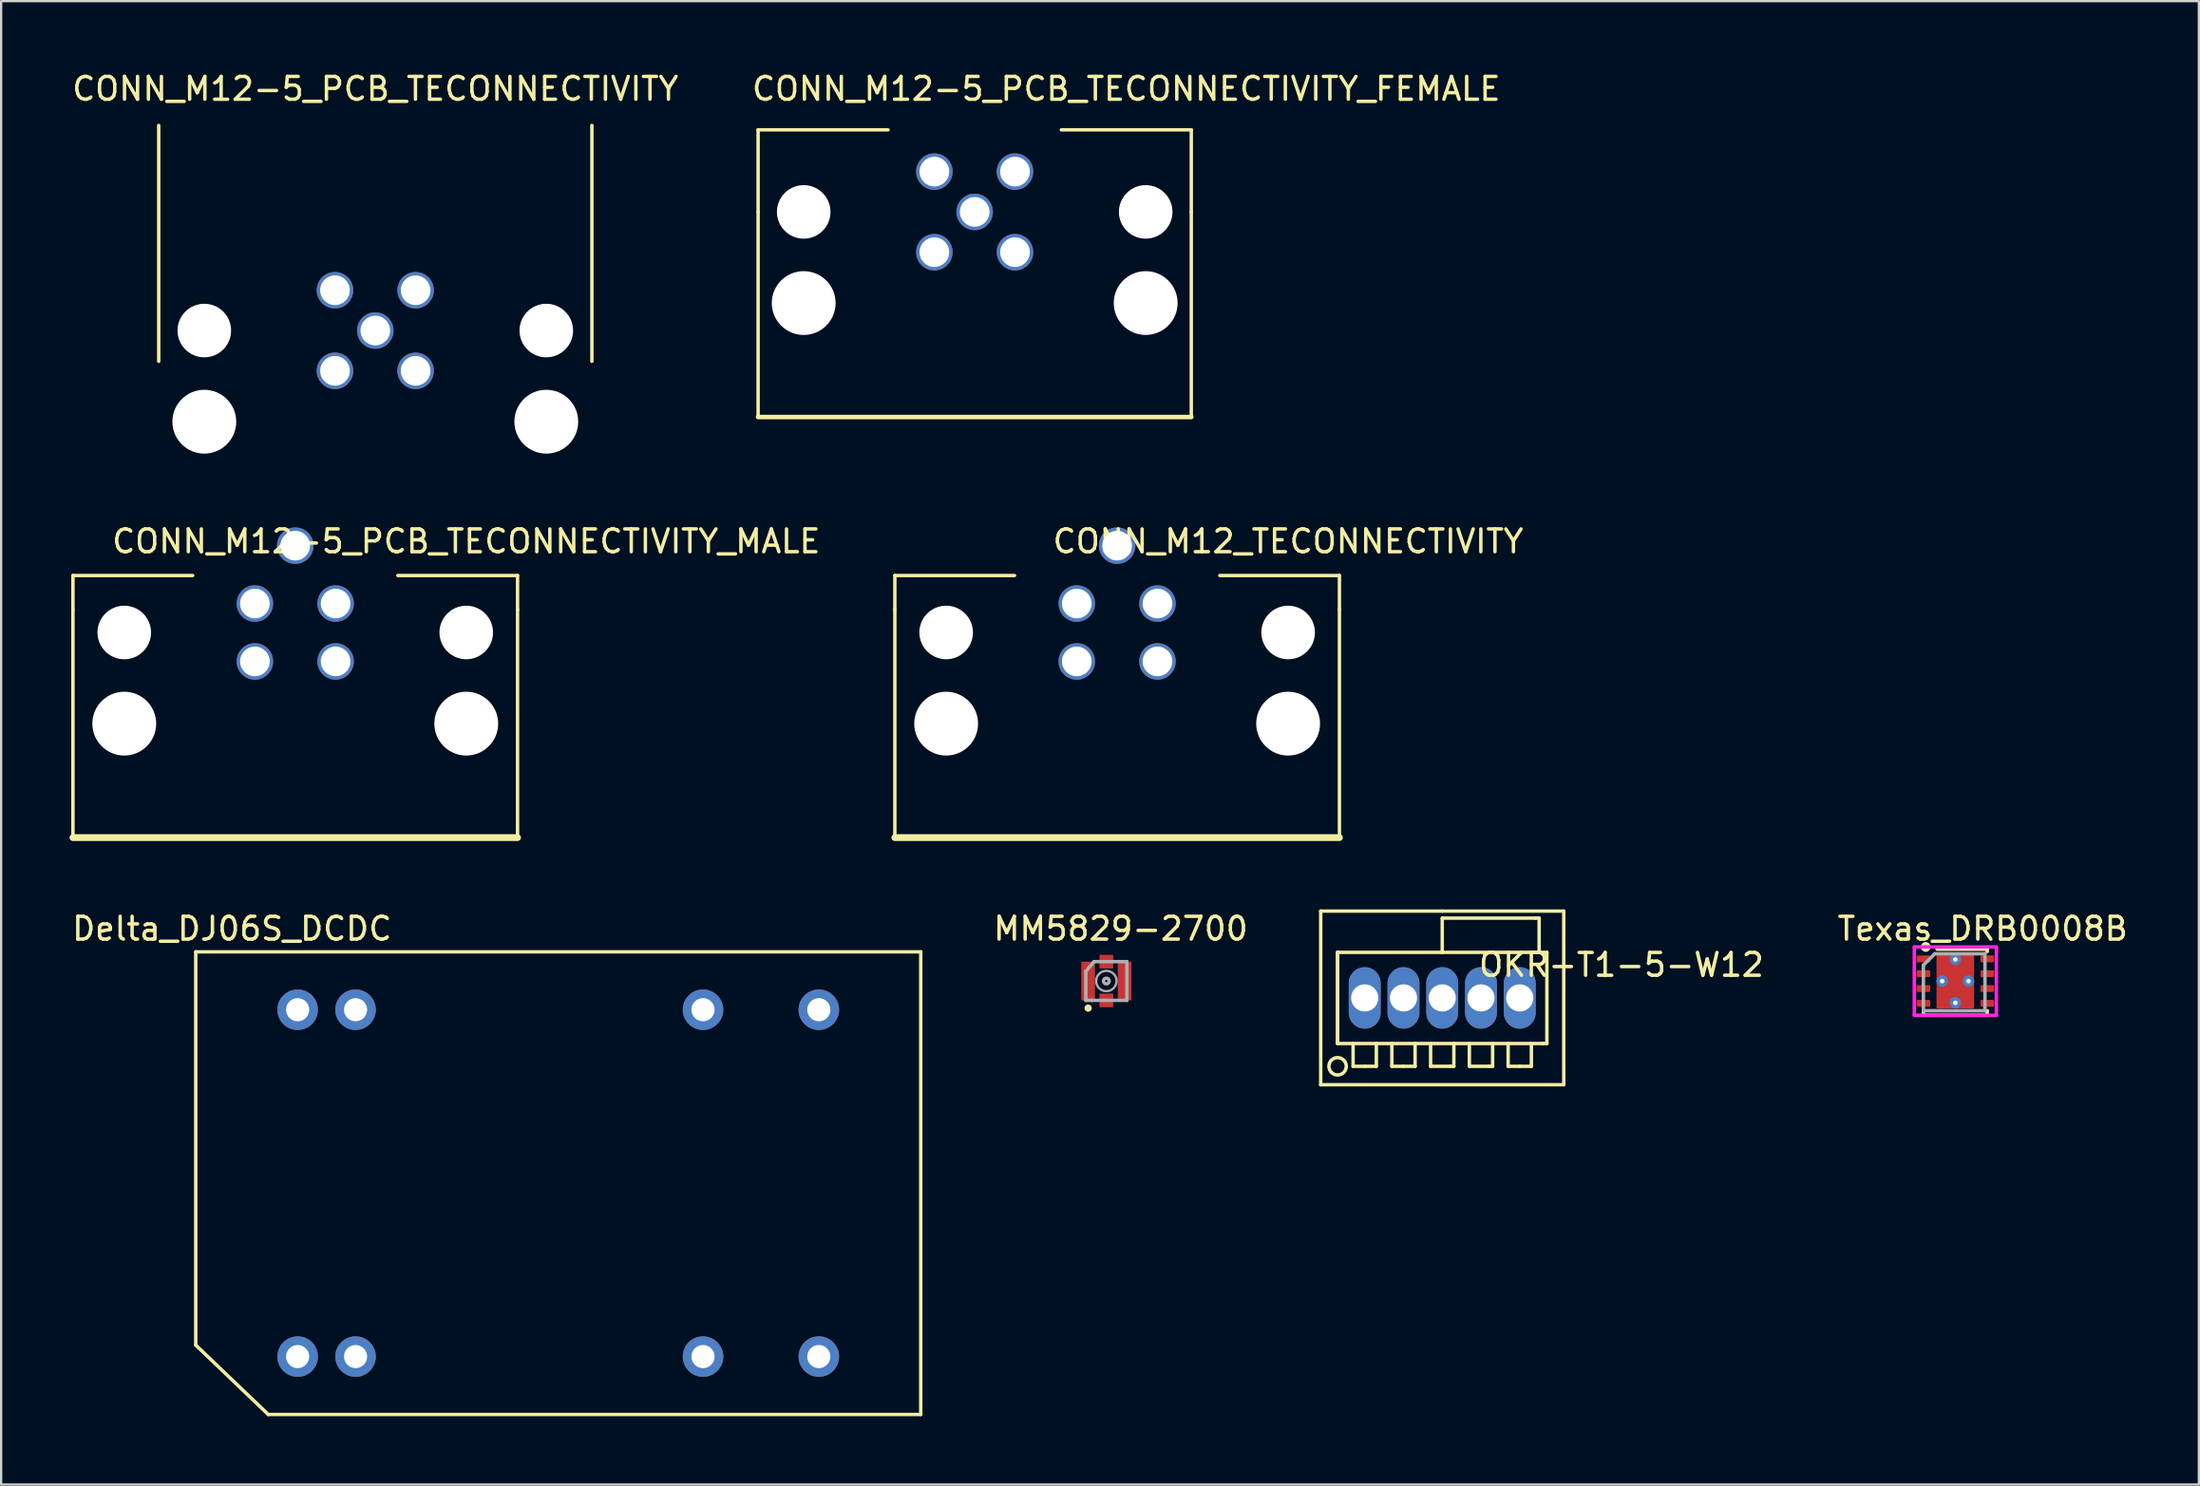
<source format=kicad_pcb>
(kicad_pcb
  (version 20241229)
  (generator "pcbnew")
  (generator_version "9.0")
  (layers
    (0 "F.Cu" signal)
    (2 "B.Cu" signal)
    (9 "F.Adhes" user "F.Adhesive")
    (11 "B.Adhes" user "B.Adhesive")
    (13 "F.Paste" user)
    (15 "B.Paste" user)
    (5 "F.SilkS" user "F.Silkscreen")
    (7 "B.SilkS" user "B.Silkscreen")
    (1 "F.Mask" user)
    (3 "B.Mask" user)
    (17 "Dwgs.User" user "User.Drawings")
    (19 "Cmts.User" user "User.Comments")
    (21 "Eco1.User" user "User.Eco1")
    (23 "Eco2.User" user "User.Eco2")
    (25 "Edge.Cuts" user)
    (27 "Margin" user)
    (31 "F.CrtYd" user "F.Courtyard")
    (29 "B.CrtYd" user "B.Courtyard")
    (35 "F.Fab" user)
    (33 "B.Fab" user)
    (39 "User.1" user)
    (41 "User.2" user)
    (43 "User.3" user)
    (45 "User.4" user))
  (footprint "CONN_M12_TECONNECTIVITY"
    (layer "F.Cu")
    (at 45.949 28.703)
    (property "Reference" "CONN_M12_TECONNECTIVITY" (at 7.5 -8 180) (layer "F.SilkS") (effects (font (size 1 1) (thickness 0.15))))
    (attr smd)
    (fp_line (start -9.75 -6.5) (end -4.5 -6.5) (stroke (width 0.15) (type solid)) (layer "F.SilkS"))
    (fp_line (start -9.75 -5) (end -9.75 -6.5) (stroke (width 0.15) (type solid)) (layer "F.SilkS"))
    (fp_line (start -9.75 5) (end -9.75 -5) (stroke (width 0.15) (type solid)) (layer "F.SilkS"))
    (fp_line (start 9.75 -6.5) (end 4.5 -6.5) (stroke (width 0.15) (type solid)) (layer "F.SilkS"))
    (fp_line (start 9.75 -5) (end 9.75 -6.5) (stroke (width 0.15) (type solid)) (layer "F.SilkS"))
    (fp_line (start 9.75 5) (end -9.75 5) (stroke (width 0.3) (type solid)) (layer "F.SilkS"))
    (fp_line (start 9.75 5) (end 9.75 -5) (stroke (width 0.15) (type solid)) (layer "F.SilkS"))
    (pad "" np_thru_hole circle (at -7.5 -4 180) (size 2.35 2.35) (drill 2.35) (layers "*.Cu" "*.Mask"))
    (pad "" np_thru_hole circle (at -7.5 0 180) (size 2.8 2.8) (drill 2.8) (layers "*.Cu" "*.Mask"))
    (pad "" np_thru_hole circle (at 7.5 -4 180) (size 2.35 2.35) (drill 2.35) (layers "*.Cu" "*.Mask"))
    (pad "" np_thru_hole circle (at 7.5 0 180) (size 2.8 2.8) (drill 2.8) (layers "*.Cu" "*.Mask"))
    (pad "1" thru_hole circle (at 1.77 -5.27 180) (size 1.6 1.6) (drill 1.3) (layers "*.Cu" "*.Mask"))
    (pad "2" thru_hole circle (at -1.77 -5.27 180) (size 1.6 1.6) (drill 1.3) (layers "*.Cu" "*.Mask"))
    (pad "3" thru_hole circle (at -1.77 -2.73 180) (size 1.6 1.6) (drill 1.3) (layers "*.Cu" "*.Mask"))
    (pad "4" thru_hole circle (at 1.77 -2.73 180) (size 1.6 1.6) (drill 1.3) (layers "*.Cu" "*.Mask"))
    (pad "5" thru_hole circle (at 0 -7.81 180) (size 1.6 1.6) (drill 1.3) (layers "*.Cu" "*.Mask")))
  (footprint "MM5829-2700"
    (layer "F.Cu")
    (at 45.476 39.996)
    (property "Reference" "MM5829-2700" (at 0.63 -2.295 0) (layer "F.SilkS") (effects (font (size 1 1) (thickness 0.15))))
    (attr through_hole)
    (fp_circle (center -0.8 1.19) (end -0.8 1.275) (stroke (width 0.15) (type solid)) (fill no) (layer "F.SilkS"))
    (fp_line (start -0.9 -0.425) (end -0.9 0.85) (stroke (width 0.15) (type solid)) (layer "F.Fab"))
    (fp_line (start -0.63 0.85) (end -0.9 0.85) (stroke (width 0.15) (type solid)) (layer "F.Fab"))
    (fp_line (start -0.54 -0.85) (end -0.9 -0.425) (stroke (width 0.15) (type solid)) (layer "F.Fab"))
    (fp_line (start 0.9 -0.85) (end -0.54 -0.85) (stroke (width 0.15) (type solid)) (layer "F.Fab"))
    (fp_line (start 0.9 0.85) (end -0.63 0.85) (stroke (width 0.15) (type solid)) (layer "F.Fab"))
    (fp_line (start 0.9 0.85) (end 0.9 -0.85) (stroke (width 0.15) (type solid)) (layer "F.Fab"))
    (fp_circle (center 0 0) (end 0.05 0) (stroke (width 0.15) (type solid)) (fill no) (layer "F.Fab"))
    (fp_circle (center 0 0) (end 0.4 -0.2) (stroke (width 0.1) (type solid)) (fill no) (layer "F.Fab"))
    (pad "1" smd rect (at 0 0.85) (size 0.6 0.6) (layers "F.Cu" "F.Mask" "F.Paste"))
    (pad "2" smd rect (at -0.8 0) (size 0.6 1.7) (layers "F.Cu" "F.Mask" "F.Paste"))
    (pad "2" smd rect (at 0 -0.85) (size 0.6 0.6) (layers "F.Cu" "F.Mask" "F.Paste"))
    (pad "2" smd rect (at 0.8 0) (size 0.6 1.7) (layers "F.Cu" "F.Mask" "F.Paste")))
  (footprint "CONN_M12-5_PCB_TECONNECTIVITY"
    (layer "F.Cu")
    (at 13.411 11.454)
    (property "Reference" "CONN_M12-5_PCB_TECONNECTIVITY" (at 0 -10.606 180) (layer "F.SilkS") (effects (font (size 1 1) (thickness 0.15))))
    (attr smd)
    (fp_line (start -9.5 -9) (end -9.5 1.35) (stroke (width 0.15) (type solid)) (layer "F.SilkS"))
    (fp_line (start 9.5 -9) (end 9.5 1.35) (stroke (width 0.15) (type solid)) (layer "F.SilkS"))
    (pad "" np_thru_hole circle (at -7.5 0 180) (size 2.35 2.35) (drill 2.35) (layers "*.Cu" "*.Mask"))
    (pad "" np_thru_hole circle (at -7.5 4 180) (size 2.8 2.8) (drill 2.8) (layers "*.Cu" "*.Mask"))
    (pad "" np_thru_hole circle (at 7.5 0 180) (size 2.35 2.35) (drill 2.35) (layers "*.Cu" "*.Mask"))
    (pad "" np_thru_hole circle (at 7.5 4 180) (size 2.8 2.8) (drill 2.8) (layers "*.Cu" "*.Mask"))
    (pad "1" thru_hole circle (at -1.768 -1.768 180) (size 1.6 1.6) (drill 1.3) (layers "*.Cu" "*.Mask"))
    (pad "2" thru_hole circle (at 1.768 -1.768 180) (size 1.6 1.6) (drill 1.3) (layers "*.Cu" "*.Mask"))
    (pad "3" thru_hole circle (at 1.768 1.768 180) (size 1.6 1.6) (drill 1.3) (layers "*.Cu" "*.Mask"))
    (pad "4" thru_hole circle (at -1.768 1.768 180) (size 1.6 1.6) (drill 1.3) (layers "*.Cu" "*.Mask"))
    (pad "5" thru_hole circle (at 0 0 180) (size 1.6 1.6) (drill 1.3) (layers "*.Cu" "*.Mask")))
  (footprint "Texas_DRB0008B"
    (layer "F.Cu")
    (at 82.713 40.001)
    (property "Reference" "Texas_DRB0008B" (at 1.2 -2.3 0) (layer "F.SilkS") (effects (font (size 1 1) (thickness 0.15))))
    (attr through_hole)
    (fp_line (start -1.4 1.3) (end -1.4 1.5) (stroke (width 0.15) (type solid)) (layer "F.SilkS"))
    (fp_line (start -1.4 1.5) (end 1.4 1.5) (stroke (width 0.15) (type solid)) (layer "F.SilkS"))
    (fp_line (start 1.4 -1.4) (end -0.8 -1.4) (stroke (width 0.15) (type solid)) (layer "F.SilkS"))
    (fp_line (start 1.4 -1.3) (end 1.4 -1.4) (stroke (width 0.15) (type solid)) (layer "F.SilkS"))
    (fp_line (start 1.4 1.5) (end 1.4 1.3) (stroke (width 0.15) (type solid)) (layer "F.SilkS"))
    (fp_circle (center -1.3 -1.5) (end -1.2 -1.4) (stroke (width 0.15) (type solid)) (fill no) (layer "F.SilkS"))
    (fp_line (start -1.8 -1.5) (end 1.8 -1.5) (stroke (width 0.15) (type solid)) (layer "F.CrtYd"))
    (fp_line (start -1.8 1.5) (end -1.8 -1.5) (stroke (width 0.15) (type solid)) (layer "F.CrtYd"))
    (fp_line (start 1.8 -1.5) (end 1.8 1.5) (stroke (width 0.15) (type solid)) (layer "F.CrtYd"))
    (fp_line (start 1.8 1.5) (end -1.8 1.5) (stroke (width 0.15) (type solid)) (layer "F.CrtYd"))
    (fp_line (start -1.4 -0.7) (end -0.9 -1.2) (stroke (width 0.15) (type solid)) (layer "F.Fab"))
    (fp_line (start -1.4 1.3) (end -1.4 -0.7) (stroke (width 0.15) (type solid)) (layer "F.Fab"))
    (fp_line (start -0.9 -1.2) (end 1.3 -1.2) (stroke (width 0.15) (type solid)) (layer "F.Fab"))
    (fp_line (start 1.3 -1.2) (end 1.3 1.3) (stroke (width 0.15) (type solid)) (layer "F.Fab"))
    (fp_line (start 1.3 1.3) (end -1.4 1.3) (stroke (width 0.15) (type solid)) (layer "F.Fab"))
    (pad "" thru_hole circle (at -0.575 0) (size 0.5 0.5) (drill 0.2) (layers "*.Cu" "*.Mask"))
    (pad "" thru_hole circle (at 0 -0.95) (size 0.5 0.5) (drill 0.2) (layers "*.Cu" "*.Mask"))
    (pad "" smd roundrect (at 0 -0.63 180) (size 1.47 1.06) (layers "F.Cu" "F.Paste") (roundrect_rratio 0.047))
    (pad "" smd roundrect (at 0 0.6) (size 1.47 1.06) (layers "F.Cu" "F.Paste") (roundrect_rratio 0.047))
    (pad "" thru_hole circle (at 0 0.95) (size 0.5 0.5) (drill 0.2) (layers "*.Cu" "*.Mask"))
    (pad "" thru_hole circle (at 0.575 0) (size 0.5 0.5) (drill 0.2) (layers "*.Cu" "*.Mask"))
    (pad "1" smd roundrect (at -1.4 -0.975) (size 0.6 0.3) (layers "F.Cu" "F.Mask" "F.Paste") (roundrect_rratio 0.17))
    (pad "2" smd roundrect (at -1.4 -0.325) (size 0.6 0.3) (layers "F.Cu" "F.Mask" "F.Paste") (roundrect_rratio 0.17))
    (pad "3" smd roundrect (at -1.4 0.325) (size 0.6 0.3) (layers "F.Cu" "F.Mask" "F.Paste") (roundrect_rratio 0.17))
    (pad "4" smd roundrect (at -1.4 0.975) (size 0.6 0.3) (layers "F.Cu" "F.Mask" "F.Paste") (roundrect_rratio 0.17))
    (pad "5" smd roundrect (at 1.4 0.975) (size 0.6 0.3) (layers "F.Cu" "F.Mask" "F.Paste") (roundrect_rratio 0.17))
    (pad "6" smd roundrect (at 1.4 0.325) (size 0.6 0.3) (layers "F.Cu" "F.Mask" "F.Paste") (roundrect_rratio 0.17))
    (pad "7" smd roundrect (at 1.4 -0.325) (size 0.6 0.3) (layers "F.Cu" "F.Mask" "F.Paste") (roundrect_rratio 0.17))
    (pad "8" smd roundrect (at 1.4 -0.975) (size 0.6 0.3) (layers "F.Cu" "F.Mask" "F.Paste") (roundrect_rratio 0.17))
    (pad "9" smd roundrect (at 0 0) (size 1.65 2.4) (layers "F.Cu" "F.Mask") (roundrect_rratio 0.03)))
  (footprint "OKR-T1-5-W12"
    (layer "F.Cu")
    (at 60.208 40.738)
    (property "Reference" "OKR-T1-5-W12" (at 7.86 -1.45 0) (layer "F.SilkS") (effects (font (size 1 1) (thickness 0.15))))
    (attr through_hole)
    (fp_line (start -5.33 -3.81) (end 0 -3.81) (stroke (width 0.15) (type solid)) (layer "F.SilkS"))
    (fp_line (start -5.33 3.81) (end -5.33 -3.81) (stroke (width 0.15) (type solid)) (layer "F.SilkS"))
    (fp_line (start -4.59 -2) (end -4.59 2) (stroke (width 0.15) (type solid)) (layer "F.SilkS"))
    (fp_line (start -4.59 -2) (end -4.59 2) (stroke (width 0.15) (type solid)) (layer "F.SilkS"))
    (fp_line (start -4.59 2) (end 4.42 2) (stroke (width 0.15) (type solid)) (layer "F.SilkS"))
    (fp_line (start -3.91 3) (end -3.91 2) (stroke (width 0.15) (type solid)) (layer "F.SilkS"))
    (fp_line (start -3.4 3) (end -3.91 3) (stroke (width 0.15) (type solid)) (layer "F.SilkS"))
    (fp_line (start -3.4 3) (end -2.89 3) (stroke (width 0.15) (type solid)) (layer "F.SilkS"))
    (fp_line (start -2.89 3) (end -2.89 2) (stroke (width 0.15) (type solid)) (layer "F.SilkS"))
    (fp_line (start -2.21 3) (end -2.21 2) (stroke (width 0.15) (type solid)) (layer "F.SilkS"))
    (fp_line (start -1.7 3) (end -2.21 3) (stroke (width 0.15) (type solid)) (layer "F.SilkS"))
    (fp_line (start -1.7 3) (end -1.19 3) (stroke (width 0.15) (type solid)) (layer "F.SilkS"))
    (fp_line (start -1.19 3) (end -1.19 2) (stroke (width 0.15) (type solid)) (layer "F.SilkS"))
    (fp_line (start -0.51 2) (end -0.51 3) (stroke (width 0.15) (type solid)) (layer "F.SilkS"))
    (fp_line (start -0.51 3) (end 0.34 3) (stroke (width 0.15) (type solid)) (layer "F.SilkS"))
    (fp_line (start 0 -3.81) (end 5.33 -3.81) (stroke (width 0.15) (type solid)) (layer "F.SilkS"))
    (fp_line (start 0 -3.5) (end 4.08 -3.5) (stroke (width 0.15) (type solid)) (layer "F.SilkS"))
    (fp_line (start 0 -2) (end 0 -3.5) (stroke (width 0.15) (type solid)) (layer "F.SilkS"))
    (fp_line (start 0.34 3) (end 0.51 3) (stroke (width 0.15) (type solid)) (layer "F.SilkS"))
    (fp_line (start 0.51 3) (end 0.51 2) (stroke (width 0.15) (type solid)) (layer "F.SilkS"))
    (fp_line (start 1.19 3) (end 1.19 2) (stroke (width 0.15) (type solid)) (layer "F.SilkS"))
    (fp_line (start 1.19 3) (end 2.04 3) (stroke (width 0.15) (type solid)) (layer "F.SilkS"))
    (fp_line (start 2.04 3) (end 2.21 3) (stroke (width 0.15) (type solid)) (layer "F.SilkS"))
    (fp_line (start 2.21 3) (end 2.21 2) (stroke (width 0.15) (type solid)) (layer "F.SilkS"))
    (fp_line (start 2.89 3) (end 2.89 2) (stroke (width 0.15) (type solid)) (layer "F.SilkS"))
    (fp_line (start 3.4 3) (end 2.89 3) (stroke (width 0.15) (type solid)) (layer "F.SilkS"))
    (fp_line (start 3.4 3) (end 3.91 3) (stroke (width 0.15) (type solid)) (layer "F.SilkS"))
    (fp_line (start 3.91 3) (end 3.91 2) (stroke (width 0.15) (type solid)) (layer "F.SilkS"))
    (fp_line (start 4.08 -3.5) (end 4.25 -3.5) (stroke (width 0.15) (type solid)) (layer "F.SilkS"))
    (fp_line (start 4.25 -3.5) (end 4.25 -2) (stroke (width 0.15) (type solid)) (layer "F.SilkS"))
    (fp_line (start 4.42 2) (end 4.59 2) (stroke (width 0.15) (type solid)) (layer "F.SilkS"))
    (fp_line (start 4.59 -2) (end -4.59 -2) (stroke (width 0.15) (type solid)) (layer "F.SilkS"))
    (fp_line (start 4.59 2) (end 4.59 -2) (stroke (width 0.15) (type solid)) (layer "F.SilkS"))
    (fp_line (start 5.33 -3.81) (end 5.33 3.81) (stroke (width 0.15) (type solid)) (layer "F.SilkS"))
    (fp_line (start 5.33 3.81) (end -5.33 3.81) (stroke (width 0.15) (type solid)) (layer "F.SilkS"))
    (fp_circle (center -4.59 3) (end -4.59 2.619) (stroke (width 0.15) (type solid)) (fill no) (layer "F.SilkS"))
    (pad "1" thru_hole oval (at -3.4 0) (size 1.4 2.7) (drill 1.194) (layers "*.Cu" "*.Mask"))
    (pad "2" thru_hole oval (at -1.7 0) (size 1.4 2.7) (drill 1.194) (layers "*.Cu" "*.Mask"))
    (pad "3" thru_hole oval (at 0 0) (size 1.4 2.7) (drill 1.194) (layers "*.Cu" "*.Mask"))
    (pad "4" thru_hole oval (at 1.7 0) (size 1.4 2.7) (drill 1.194) (layers "*.Cu" "*.Mask"))
    (pad "5" thru_hole oval (at 3.4 0) (size 1.4 2.7) (drill 1.194) (layers "*.Cu" "*.Mask")))
  (footprint "CONN_M12-5_PCB_TECONNECTIVITY_MALE"
    (layer "F.Cu")
    (at 9.9 28.703)
    (property "Reference" "CONN_M12-5_PCB_TECONNECTIVITY_MALE" (at 7.5 -8 180) (layer "F.SilkS") (effects (font (size 1 1) (thickness 0.15))))
    (attr smd)
    (fp_line (start -9.75 -6.5) (end -4.5 -6.5) (stroke (width 0.15) (type solid)) (layer "F.SilkS"))
    (fp_line (start -9.75 -5) (end -9.75 -6.5) (stroke (width 0.15) (type solid)) (layer "F.SilkS"))
    (fp_line (start -9.75 5) (end -9.75 -5) (stroke (width 0.15) (type solid)) (layer "F.SilkS"))
    (fp_line (start 9.75 -6.5) (end 4.5 -6.5) (stroke (width 0.15) (type solid)) (layer "F.SilkS"))
    (fp_line (start 9.75 -5) (end 9.75 -6.5) (stroke (width 0.15) (type solid)) (layer "F.SilkS"))
    (fp_line (start 9.75 5) (end -9.75 5) (stroke (width 0.3) (type solid)) (layer "F.SilkS"))
    (fp_line (start 9.75 5) (end 9.75 -5) (stroke (width 0.15) (type solid)) (layer "F.SilkS"))
    (pad "" np_thru_hole circle (at -7.5 -4 180) (size 2.35 2.35) (drill 2.35) (layers "*.Cu" "*.Mask"))
    (pad "" np_thru_hole circle (at -7.5 0 180) (size 2.8 2.8) (drill 2.8) (layers "*.Cu" "*.Mask"))
    (pad "" np_thru_hole circle (at 7.5 -4 180) (size 2.35 2.35) (drill 2.35) (layers "*.Cu" "*.Mask"))
    (pad "" np_thru_hole circle (at 7.5 0 180) (size 2.8 2.8) (drill 2.8) (layers "*.Cu" "*.Mask"))
    (pad "1" thru_hole circle (at 1.77 -5.27 180) (size 1.6 1.6) (drill 1.3) (layers "*.Cu" "*.Mask"))
    (pad "2" thru_hole circle (at -1.77 -5.27 180) (size 1.6 1.6) (drill 1.3) (layers "*.Cu" "*.Mask"))
    (pad "3" thru_hole circle (at -1.77 -2.73 180) (size 1.6 1.6) (drill 1.3) (layers "*.Cu" "*.Mask"))
    (pad "4" thru_hole circle (at 1.77 -2.73 180) (size 1.6 1.6) (drill 1.3) (layers "*.Cu" "*.Mask"))
    (pad "5" thru_hole circle (at 0 -7.81 180) (size 1.6 1.6) (drill 1.3) (layers "*.Cu" "*.Mask")))
  (footprint "Delta_DJ06S_DCDC"
    (layer "F.Cu")
    (at 21.435 48.866)
    (property "Reference" "Delta_DJ06S_DCDC" (at -14.31 -11.165 0) (layer "F.SilkS") (effects (font (size 1 1) (thickness 0.15))))
    (attr through_hole)
    (fp_line (start -15.9 -10.15) (end -15.9 7.105) (stroke (width 0.15) (type solid)) (layer "F.SilkS"))
    (fp_line (start -12.72 10.15) (end -15.9 7.105) (stroke (width 0.15) (type solid)) (layer "F.SilkS"))
    (fp_line (start -12.72 10.15) (end 15.9 10.15) (stroke (width 0.15) (type solid)) (layer "F.SilkS"))
    (fp_line (start 15.9 -10.15) (end -15.9 -10.15) (stroke (width 0.15) (type solid)) (layer "F.SilkS"))
    (fp_line (start 15.9 10.15) (end 15.9 -10.15) (stroke (width 0.15) (type solid)) (layer "F.SilkS"))
    (pad "2" thru_hole circle (at -11.43 7.61) (size 1.778 1.778) (drill 1.016) (layers "*.Cu" "*.Mask"))
    (pad "3" thru_hole circle (at -8.89 7.61) (size 1.778 1.778) (drill 1.016) (layers "*.Cu" "*.Mask"))
    (pad "9" thru_hole circle (at 6.35 7.61) (size 1.778 1.778) (drill 1.016) (layers "*.Cu" "*.Mask"))
    (pad "11" thru_hole circle (at 11.43 7.61) (size 1.778 1.778) (drill 1.016) (layers "*.Cu" "*.Mask"))
    (pad "14" thru_hole circle (at 11.43 -7.61) (size 1.778 1.778) (drill 1.016) (layers "*.Cu" "*.Mask"))
    (pad "16" thru_hole circle (at 6.35 -7.61) (size 1.778 1.778) (drill 1.016) (layers "*.Cu" "*.Mask"))
    (pad "22" thru_hole circle (at -8.89 -7.61) (size 1.778 1.778) (drill 1.016) (layers "*.Cu" "*.Mask"))
    (pad "23" thru_hole circle (at -11.43 -7.61) (size 1.778 1.778) (drill 1.016) (layers "*.Cu" "*.Mask")))
  (footprint "CONN_M12-5_PCB_TECONNECTIVITY_FEMALE"
    (layer "F.Cu")
    (at 39.701 6.248)
    (property "Reference" "CONN_M12-5_PCB_TECONNECTIVITY_FEMALE" (at 6.65 -5.4 180) (layer "F.SilkS") (effects (font (size 1 1) (thickness 0.15))))
    (attr smd)
    (fp_line (start -9.5 -3.6) (end -3.8 -3.6) (stroke (width 0.15) (type solid)) (layer "F.SilkS"))
    (fp_line (start -9.5 0) (end -9.5 -3.6) (stroke (width 0.15) (type solid)) (layer "F.SilkS"))
    (fp_line (start -9.5 0) (end -9.5 9) (stroke (width 0.15) (type solid)) (layer "F.SilkS"))
    (fp_line (start -9.5 9) (end 9.5 9) (stroke (width 0.2) (type solid)) (layer "F.SilkS"))
    (fp_line (start 9.5 -3.6) (end 3.8 -3.6) (stroke (width 0.15) (type solid)) (layer "F.SilkS"))
    (fp_line (start 9.5 0) (end 9.5 -3.6) (stroke (width 0.15) (type solid)) (layer "F.SilkS"))
    (fp_line (start 9.5 9) (end 9.5 0) (stroke (width 0.15) (type solid)) (layer "F.SilkS"))
    (pad "" np_thru_hole circle (at -7.5 0 180) (size 2.35 2.35) (drill 2.35) (layers "*.Cu" "*.Mask"))
    (pad "" np_thru_hole circle (at -7.5 4 180) (size 2.8 2.8) (drill 2.8) (layers "*.Cu" "*.Mask"))
    (pad "" np_thru_hole circle (at 7.5 0 180) (size 2.35 2.35) (drill 2.35) (layers "*.Cu" "*.Mask"))
    (pad "" np_thru_hole circle (at 7.5 4 180) (size 2.8 2.8) (drill 2.8) (layers "*.Cu" "*.Mask"))
    (pad "1" thru_hole circle (at -1.768 -1.768 180) (size 1.6 1.6) (drill 1.3) (layers "*.Cu" "*.Mask"))
    (pad "2" thru_hole circle (at 1.768 -1.768 180) (size 1.6 1.6) (drill 1.3) (layers "*.Cu" "*.Mask"))
    (pad "3" thru_hole circle (at 1.768 1.768 180) (size 1.6 1.6) (drill 1.3) (layers "*.Cu" "*.Mask"))
    (pad "4" thru_hole circle (at -1.768 1.768 180) (size 1.6 1.6) (drill 1.3) (layers "*.Cu" "*.Mask"))
    (pad "5" thru_hole circle (at 0 0 180) (size 1.6 1.6) (drill 1.3) (layers "*.Cu" "*.Mask")))
  (gr_rect
    (start -3 -3)
    (end 93.395 62.091)
    (stroke (width 0.1) (type default))
    (fill no)
    (layer "Edge.Cuts")))
</source>
